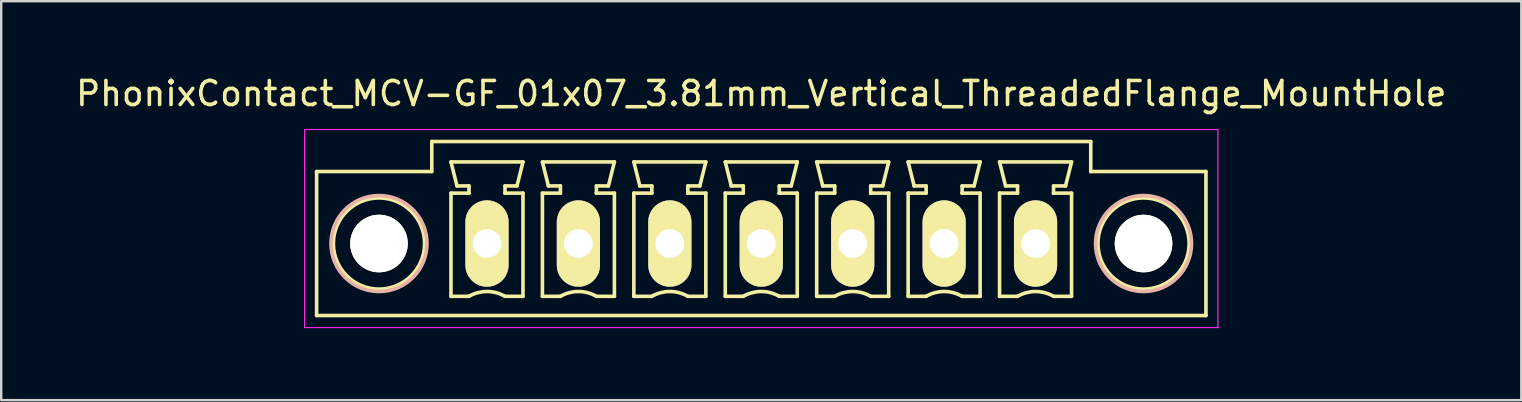
<source format=kicad_pcb>
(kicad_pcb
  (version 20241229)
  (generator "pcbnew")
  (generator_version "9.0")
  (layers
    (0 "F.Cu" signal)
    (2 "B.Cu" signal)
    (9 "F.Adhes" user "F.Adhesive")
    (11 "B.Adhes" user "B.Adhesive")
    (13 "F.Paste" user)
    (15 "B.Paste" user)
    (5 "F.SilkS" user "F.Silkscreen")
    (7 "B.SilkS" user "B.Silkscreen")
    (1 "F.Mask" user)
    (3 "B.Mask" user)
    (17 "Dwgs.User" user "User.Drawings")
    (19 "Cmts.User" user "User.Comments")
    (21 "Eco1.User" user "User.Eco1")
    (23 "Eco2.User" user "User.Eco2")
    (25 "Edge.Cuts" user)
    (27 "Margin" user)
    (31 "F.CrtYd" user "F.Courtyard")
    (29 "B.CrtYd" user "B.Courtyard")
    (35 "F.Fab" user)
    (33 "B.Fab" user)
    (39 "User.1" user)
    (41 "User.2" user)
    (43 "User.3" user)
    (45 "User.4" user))
  (footprint "PhonixContact_MCV-GF_01x07_3.81mm_Vertical_ThreadedFlange_MountHole"
    (layer "F.Cu")
    (at 17.243 7.098)
    (property "Reference" "PhonixContact_MCV-GF_01x07_3.81mm_Vertical_ThreadedFlange_MountHole" (at 11.43 -6.25 0) (layer "F.SilkS") (effects (font (size 1 1) (thickness 0.15))))
    (attr through_hole)
    (fp_line (start -7.1 -3) (end -7.1 3) (stroke (width 0.15) (type solid)) (layer "F.SilkS"))
    (fp_line (start -7.1 3) (end 29.96 3) (stroke (width 0.15) (type solid)) (layer "F.SilkS"))
    (fp_line (start -2.3 -4.25) (end -2.3 -3) (stroke (width 0.15) (type solid)) (layer "F.SilkS"))
    (fp_line (start -2.3 -3) (end -7.1 -3) (stroke (width 0.15) (type solid)) (layer "F.SilkS"))
    (fp_line (start -1.5 -3.4) (end 1.5 -3.4) (stroke (width 0.15) (type solid)) (layer "F.SilkS"))
    (fp_line (start -1.5 -2.1) (end -0.75 -2.1) (stroke (width 0.15) (type solid)) (layer "F.SilkS"))
    (fp_line (start -1.5 2.2) (end -1.5 -2.1) (stroke (width 0.15) (type solid)) (layer "F.SilkS"))
    (fp_line (start -1.25 -2.4) (end -1.5 -3.4) (stroke (width 0.15) (type solid)) (layer "F.SilkS"))
    (fp_line (start -0.75 -2.4) (end -1.25 -2.4) (stroke (width 0.15) (type solid)) (layer "F.SilkS"))
    (fp_line (start -0.75 -2.1) (end -0.75 -2.4) (stroke (width 0.15) (type solid)) (layer "F.SilkS"))
    (fp_line (start -0.75 2.2) (end -1.5 2.2) (stroke (width 0.15) (type solid)) (layer "F.SilkS"))
    (fp_line (start 0.75 -2.4) (end 0.75 -2.1) (stroke (width 0.15) (type solid)) (layer "F.SilkS"))
    (fp_line (start 0.75 -2.1) (end 0.75 -2.1) (stroke (width 0.15) (type solid)) (layer "F.SilkS"))
    (fp_line (start 0.75 -2.1) (end 1.5 -2.1) (stroke (width 0.15) (type solid)) (layer "F.SilkS"))
    (fp_line (start 1.25 -2.4) (end 0.75 -2.4) (stroke (width 0.15) (type solid)) (layer "F.SilkS"))
    (fp_line (start 1.5 -3.4) (end 1.25 -2.4) (stroke (width 0.15) (type solid)) (layer "F.SilkS"))
    (fp_line (start 1.5 -2.1) (end 1.5 2.2) (stroke (width 0.15) (type solid)) (layer "F.SilkS"))
    (fp_line (start 1.5 2.2) (end 0.75 2.2) (stroke (width 0.15) (type solid)) (layer "F.SilkS"))
    (fp_line (start 2.31 -3.4) (end 5.31 -3.4) (stroke (width 0.15) (type solid)) (layer "F.SilkS"))
    (fp_line (start 2.31 -2.1) (end 3.06 -2.1) (stroke (width 0.15) (type solid)) (layer "F.SilkS"))
    (fp_line (start 2.31 2.2) (end 2.31 -2.1) (stroke (width 0.15) (type solid)) (layer "F.SilkS"))
    (fp_line (start 2.56 -2.4) (end 2.31 -3.4) (stroke (width 0.15) (type solid)) (layer "F.SilkS"))
    (fp_line (start 3.06 -2.4) (end 2.56 -2.4) (stroke (width 0.15) (type solid)) (layer "F.SilkS"))
    (fp_line (start 3.06 -2.1) (end 3.06 -2.4) (stroke (width 0.15) (type solid)) (layer "F.SilkS"))
    (fp_line (start 3.06 2.2) (end 2.31 2.2) (stroke (width 0.15) (type solid)) (layer "F.SilkS"))
    (fp_line (start 4.56 -2.4) (end 4.56 -2.1) (stroke (width 0.15) (type solid)) (layer "F.SilkS"))
    (fp_line (start 4.56 -2.1) (end 4.56 -2.1) (stroke (width 0.15) (type solid)) (layer "F.SilkS"))
    (fp_line (start 4.56 -2.1) (end 5.31 -2.1) (stroke (width 0.15) (type solid)) (layer "F.SilkS"))
    (fp_line (start 5.06 -2.4) (end 4.56 -2.4) (stroke (width 0.15) (type solid)) (layer "F.SilkS"))
    (fp_line (start 5.31 -3.4) (end 5.06 -2.4) (stroke (width 0.15) (type solid)) (layer "F.SilkS"))
    (fp_line (start 5.31 -2.1) (end 5.31 2.2) (stroke (width 0.15) (type solid)) (layer "F.SilkS"))
    (fp_line (start 5.31 2.2) (end 4.56 2.2) (stroke (width 0.15) (type solid)) (layer "F.SilkS"))
    (fp_line (start 6.12 -3.4) (end 9.12 -3.4) (stroke (width 0.15) (type solid)) (layer "F.SilkS"))
    (fp_line (start 6.12 -2.1) (end 6.87 -2.1) (stroke (width 0.15) (type solid)) (layer "F.SilkS"))
    (fp_line (start 6.12 2.2) (end 6.12 -2.1) (stroke (width 0.15) (type solid)) (layer "F.SilkS"))
    (fp_line (start 6.37 -2.4) (end 6.12 -3.4) (stroke (width 0.15) (type solid)) (layer "F.SilkS"))
    (fp_line (start 6.87 -2.4) (end 6.37 -2.4) (stroke (width 0.15) (type solid)) (layer "F.SilkS"))
    (fp_line (start 6.87 -2.1) (end 6.87 -2.4) (stroke (width 0.15) (type solid)) (layer "F.SilkS"))
    (fp_line (start 6.87 2.2) (end 6.12 2.2) (stroke (width 0.15) (type solid)) (layer "F.SilkS"))
    (fp_line (start 8.37 -2.4) (end 8.37 -2.1) (stroke (width 0.15) (type solid)) (layer "F.SilkS"))
    (fp_line (start 8.37 -2.1) (end 8.37 -2.1) (stroke (width 0.15) (type solid)) (layer "F.SilkS"))
    (fp_line (start 8.37 -2.1) (end 9.12 -2.1) (stroke (width 0.15) (type solid)) (layer "F.SilkS"))
    (fp_line (start 8.87 -2.4) (end 8.37 -2.4) (stroke (width 0.15) (type solid)) (layer "F.SilkS"))
    (fp_line (start 9.12 -3.4) (end 8.87 -2.4) (stroke (width 0.15) (type solid)) (layer "F.SilkS"))
    (fp_line (start 9.12 -2.1) (end 9.12 2.2) (stroke (width 0.15) (type solid)) (layer "F.SilkS"))
    (fp_line (start 9.12 2.2) (end 8.37 2.2) (stroke (width 0.15) (type solid)) (layer "F.SilkS"))
    (fp_line (start 9.93 -3.4) (end 12.93 -3.4) (stroke (width 0.15) (type solid)) (layer "F.SilkS"))
    (fp_line (start 9.93 -2.1) (end 10.68 -2.1) (stroke (width 0.15) (type solid)) (layer "F.SilkS"))
    (fp_line (start 9.93 2.2) (end 9.93 -2.1) (stroke (width 0.15) (type solid)) (layer "F.SilkS"))
    (fp_line (start 10.18 -2.4) (end 9.93 -3.4) (stroke (width 0.15) (type solid)) (layer "F.SilkS"))
    (fp_line (start 10.68 -2.4) (end 10.18 -2.4) (stroke (width 0.15) (type solid)) (layer "F.SilkS"))
    (fp_line (start 10.68 -2.1) (end 10.68 -2.4) (stroke (width 0.15) (type solid)) (layer "F.SilkS"))
    (fp_line (start 10.68 2.2) (end 9.93 2.2) (stroke (width 0.15) (type solid)) (layer "F.SilkS"))
    (fp_line (start 12.18 -2.4) (end 12.18 -2.1) (stroke (width 0.15) (type solid)) (layer "F.SilkS"))
    (fp_line (start 12.18 -2.1) (end 12.18 -2.1) (stroke (width 0.15) (type solid)) (layer "F.SilkS"))
    (fp_line (start 12.18 -2.1) (end 12.93 -2.1) (stroke (width 0.15) (type solid)) (layer "F.SilkS"))
    (fp_line (start 12.68 -2.4) (end 12.18 -2.4) (stroke (width 0.15) (type solid)) (layer "F.SilkS"))
    (fp_line (start 12.93 -3.4) (end 12.68 -2.4) (stroke (width 0.15) (type solid)) (layer "F.SilkS"))
    (fp_line (start 12.93 -2.1) (end 12.93 2.2) (stroke (width 0.15) (type solid)) (layer "F.SilkS"))
    (fp_line (start 12.93 2.2) (end 12.18 2.2) (stroke (width 0.15) (type solid)) (layer "F.SilkS"))
    (fp_line (start 13.74 -3.4) (end 16.74 -3.4) (stroke (width 0.15) (type solid)) (layer "F.SilkS"))
    (fp_line (start 13.74 -2.1) (end 14.49 -2.1) (stroke (width 0.15) (type solid)) (layer "F.SilkS"))
    (fp_line (start 13.74 2.2) (end 13.74 -2.1) (stroke (width 0.15) (type solid)) (layer "F.SilkS"))
    (fp_line (start 13.99 -2.4) (end 13.74 -3.4) (stroke (width 0.15) (type solid)) (layer "F.SilkS"))
    (fp_line (start 14.49 -2.4) (end 13.99 -2.4) (stroke (width 0.15) (type solid)) (layer "F.SilkS"))
    (fp_line (start 14.49 -2.1) (end 14.49 -2.4) (stroke (width 0.15) (type solid)) (layer "F.SilkS"))
    (fp_line (start 14.49 2.2) (end 13.74 2.2) (stroke (width 0.15) (type solid)) (layer "F.SilkS"))
    (fp_line (start 15.99 -2.4) (end 15.99 -2.1) (stroke (width 0.15) (type solid)) (layer "F.SilkS"))
    (fp_line (start 15.99 -2.1) (end 15.99 -2.1) (stroke (width 0.15) (type solid)) (layer "F.SilkS"))
    (fp_line (start 15.99 -2.1) (end 16.74 -2.1) (stroke (width 0.15) (type solid)) (layer "F.SilkS"))
    (fp_line (start 16.49 -2.4) (end 15.99 -2.4) (stroke (width 0.15) (type solid)) (layer "F.SilkS"))
    (fp_line (start 16.74 -3.4) (end 16.49 -2.4) (stroke (width 0.15) (type solid)) (layer "F.SilkS"))
    (fp_line (start 16.74 -2.1) (end 16.74 2.2) (stroke (width 0.15) (type solid)) (layer "F.SilkS"))
    (fp_line (start 16.74 2.2) (end 15.99 2.2) (stroke (width 0.15) (type solid)) (layer "F.SilkS"))
    (fp_line (start 17.55 -3.4) (end 20.55 -3.4) (stroke (width 0.15) (type solid)) (layer "F.SilkS"))
    (fp_line (start 17.55 -2.1) (end 18.3 -2.1) (stroke (width 0.15) (type solid)) (layer "F.SilkS"))
    (fp_line (start 17.55 2.2) (end 17.55 -2.1) (stroke (width 0.15) (type solid)) (layer "F.SilkS"))
    (fp_line (start 17.8 -2.4) (end 17.55 -3.4) (stroke (width 0.15) (type solid)) (layer "F.SilkS"))
    (fp_line (start 18.3 -2.4) (end 17.8 -2.4) (stroke (width 0.15) (type solid)) (layer "F.SilkS"))
    (fp_line (start 18.3 -2.1) (end 18.3 -2.4) (stroke (width 0.15) (type solid)) (layer "F.SilkS"))
    (fp_line (start 18.3 2.2) (end 17.55 2.2) (stroke (width 0.15) (type solid)) (layer "F.SilkS"))
    (fp_line (start 19.8 -2.4) (end 19.8 -2.1) (stroke (width 0.15) (type solid)) (layer "F.SilkS"))
    (fp_line (start 19.8 -2.1) (end 19.8 -2.1) (stroke (width 0.15) (type solid)) (layer "F.SilkS"))
    (fp_line (start 19.8 -2.1) (end 20.55 -2.1) (stroke (width 0.15) (type solid)) (layer "F.SilkS"))
    (fp_line (start 20.3 -2.4) (end 19.8 -2.4) (stroke (width 0.15) (type solid)) (layer "F.SilkS"))
    (fp_line (start 20.55 -3.4) (end 20.3 -2.4) (stroke (width 0.15) (type solid)) (layer "F.SilkS"))
    (fp_line (start 20.55 -2.1) (end 20.55 2.2) (stroke (width 0.15) (type solid)) (layer "F.SilkS"))
    (fp_line (start 20.55 2.2) (end 19.8 2.2) (stroke (width 0.15) (type solid)) (layer "F.SilkS"))
    (fp_line (start 21.36 -3.4) (end 24.36 -3.4) (stroke (width 0.15) (type solid)) (layer "F.SilkS"))
    (fp_line (start 21.36 -2.1) (end 22.11 -2.1) (stroke (width 0.15) (type solid)) (layer "F.SilkS"))
    (fp_line (start 21.36 2.2) (end 21.36 -2.1) (stroke (width 0.15) (type solid)) (layer "F.SilkS"))
    (fp_line (start 21.61 -2.4) (end 21.36 -3.4) (stroke (width 0.15) (type solid)) (layer "F.SilkS"))
    (fp_line (start 22.11 -2.4) (end 21.61 -2.4) (stroke (width 0.15) (type solid)) (layer "F.SilkS"))
    (fp_line (start 22.11 -2.1) (end 22.11 -2.4) (stroke (width 0.15) (type solid)) (layer "F.SilkS"))
    (fp_line (start 22.11 2.2) (end 21.36 2.2) (stroke (width 0.15) (type solid)) (layer "F.SilkS"))
    (fp_line (start 23.61 -2.4) (end 23.61 -2.1) (stroke (width 0.15) (type solid)) (layer "F.SilkS"))
    (fp_line (start 23.61 -2.1) (end 23.61 -2.1) (stroke (width 0.15) (type solid)) (layer "F.SilkS"))
    (fp_line (start 23.61 -2.1) (end 24.36 -2.1) (stroke (width 0.15) (type solid)) (layer "F.SilkS"))
    (fp_line (start 24.11 -2.4) (end 23.61 -2.4) (stroke (width 0.15) (type solid)) (layer "F.SilkS"))
    (fp_line (start 24.36 -3.4) (end 24.11 -2.4) (stroke (width 0.15) (type solid)) (layer "F.SilkS"))
    (fp_line (start 24.36 -2.1) (end 24.36 2.2) (stroke (width 0.15) (type solid)) (layer "F.SilkS"))
    (fp_line (start 24.36 2.2) (end 23.61 2.2) (stroke (width 0.15) (type solid)) (layer "F.SilkS"))
    (fp_line (start 25.16 -4.25) (end -2.3 -4.25) (stroke (width 0.15) (type solid)) (layer "F.SilkS"))
    (fp_line (start 25.16 -3) (end 25.16 -4.25) (stroke (width 0.15) (type solid)) (layer "F.SilkS"))
    (fp_line (start 29.96 -3) (end 25.16 -3) (stroke (width 0.15) (type solid)) (layer "F.SilkS"))
    (fp_line (start 29.96 3) (end 29.96 -3) (stroke (width 0.15) (type solid)) (layer "F.SilkS"))
    (fp_arc (start -0.75 2.2) (mid -0.006068 1.999179) (end 0.739464 2.193978) (stroke (width 0.15) (type solid)) (layer "F.SilkS"))
    (fp_arc (start 3.06 2.2) (mid 3.803932 1.999179) (end 4.549464 2.193978) (stroke (width 0.15) (type solid)) (layer "F.SilkS"))
    (fp_arc (start 6.87 2.2) (mid 7.613932 1.999179) (end 8.359464 2.193978) (stroke (width 0.15) (type solid)) (layer "F.SilkS"))
    (fp_arc (start 10.68 2.2) (mid 11.423932 1.999179) (end 12.169464 2.193978) (stroke (width 0.15) (type solid)) (layer "F.SilkS"))
    (fp_arc (start 14.49 2.2) (mid 15.233932 1.999179) (end 15.979464 2.193978) (stroke (width 0.15) (type solid)) (layer "F.SilkS"))
    (fp_arc (start 18.3 2.2) (mid 19.043932 1.999179) (end 19.789464 2.193978) (stroke (width 0.15) (type solid)) (layer "F.SilkS"))
    (fp_arc (start 22.11 2.2) (mid 22.853932 1.999179) (end 23.599464 2.193978) (stroke (width 0.15) (type solid)) (layer "F.SilkS"))
    (fp_circle (center -4.5 0) (end -2.6 0) (stroke (width 0.15) (type solid)) (fill no) (layer "F.SilkS"))
    (fp_circle (center 27.36 0) (end 29.26 0) (stroke (width 0.15) (type solid)) (fill no) (layer "F.SilkS"))
    (fp_circle (center -4.5 0) (end -2.5 0) (stroke (width 0.15) (type solid)) (fill no) (layer "B.SilkS"))
    (fp_circle (center 27.36 0) (end 29.36 0) (stroke (width 0.15) (type solid)) (fill no) (layer "B.SilkS"))
    (fp_line (start -7.6 -4.75) (end -7.6 3.5) (stroke (width 0.05) (type solid)) (layer "F.CrtYd"))
    (fp_line (start -7.6 3.5) (end 30.46 3.5) (stroke (width 0.05) (type solid)) (layer "F.CrtYd"))
    (fp_line (start 30.46 -4.75) (end -7.6 -4.75) (stroke (width 0.05) (type solid)) (layer "F.CrtYd"))
    (fp_line (start 30.46 3.5) (end 30.46 -4.75) (stroke (width 0.05) (type solid)) (layer "F.CrtYd"))
    (pad "" np_thru_hole circle (at -4.5 0) (size 2.4 2.4) (drill 2.4) (layers "*.Cu" "*.Mask" "F.SilkS"))
    (pad "" np_thru_hole circle (at 27.36 0) (size 2.4 2.4) (drill 2.4) (layers "*.Cu" "*.Mask" "F.SilkS"))
    (pad "1" thru_hole oval (at 0 0) (size 1.8 3.6) (drill 1.2) (layers "*.Cu" "*.Mask" "F.SilkS"))
    (pad "2" thru_hole oval (at 3.81 0) (size 1.8 3.6) (drill 1.2) (layers "*.Cu" "*.Mask" "F.SilkS"))
    (pad "3" thru_hole oval (at 7.62 0) (size 1.8 3.6) (drill 1.2) (layers "*.Cu" "*.Mask" "F.SilkS"))
    (pad "4" thru_hole oval (at 11.43 0) (size 1.8 3.6) (drill 1.2) (layers "*.Cu" "*.Mask" "F.SilkS"))
    (pad "5" thru_hole oval (at 15.24 0) (size 1.8 3.6) (drill 1.2) (layers "*.Cu" "*.Mask" "F.SilkS"))
    (pad "6" thru_hole oval (at 19.05 0) (size 1.8 3.6) (drill 1.2) (layers "*.Cu" "*.Mask" "F.SilkS"))
    (pad "7" thru_hole oval (at 22.86 0) (size 1.8 3.6) (drill 1.2) (layers "*.Cu" "*.Mask" "F.SilkS")))
  (gr_rect
    (start -3 -3)
    (end 60.345 13.623)
    (stroke (width 0.1) (type default))
    (fill no)
    (layer "Edge.Cuts")))
</source>
